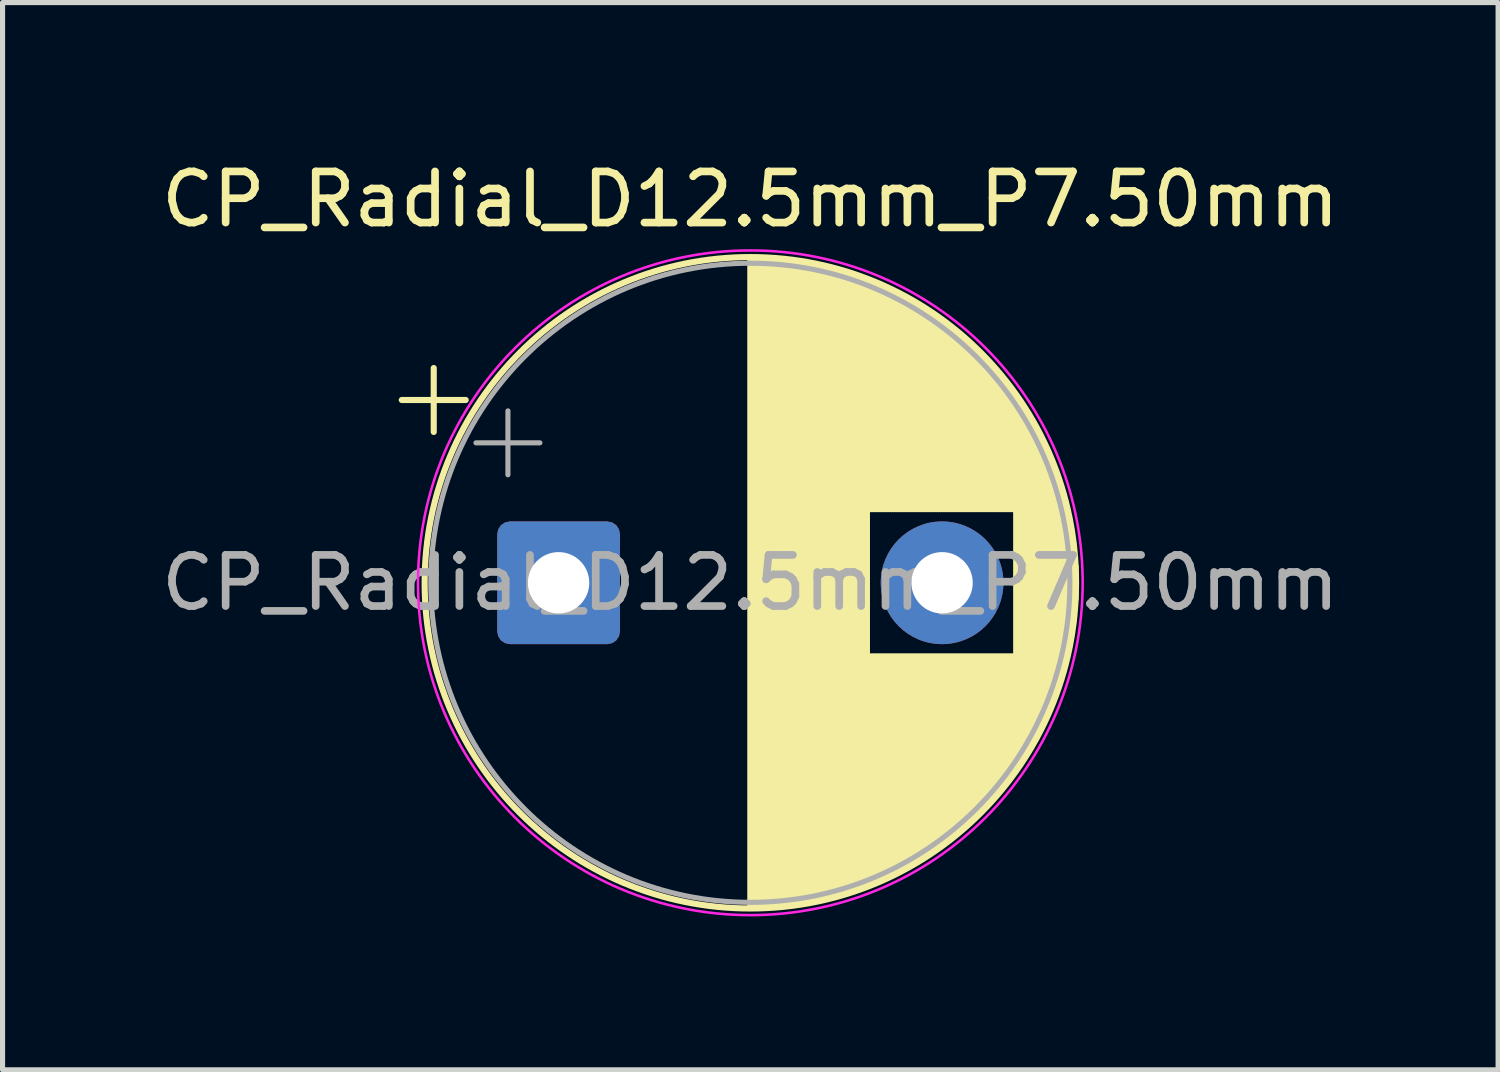
<source format=kicad_pcb>
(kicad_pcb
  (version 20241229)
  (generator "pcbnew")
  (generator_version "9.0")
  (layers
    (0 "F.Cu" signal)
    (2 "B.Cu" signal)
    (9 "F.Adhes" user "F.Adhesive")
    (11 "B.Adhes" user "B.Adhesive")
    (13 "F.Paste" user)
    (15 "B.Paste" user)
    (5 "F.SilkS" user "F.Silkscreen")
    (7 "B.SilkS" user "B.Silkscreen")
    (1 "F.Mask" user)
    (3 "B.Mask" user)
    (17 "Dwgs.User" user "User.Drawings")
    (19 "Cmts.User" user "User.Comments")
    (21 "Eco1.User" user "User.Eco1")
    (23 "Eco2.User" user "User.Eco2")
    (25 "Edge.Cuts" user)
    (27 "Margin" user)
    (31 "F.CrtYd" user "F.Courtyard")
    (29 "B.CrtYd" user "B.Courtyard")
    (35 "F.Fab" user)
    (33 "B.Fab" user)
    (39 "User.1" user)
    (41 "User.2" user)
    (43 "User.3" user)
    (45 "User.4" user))
  (footprint "CP_Radial_D12.5mm_P7.50mm"
    (layer "F.Cu")
    (at 7.875 8.348)
    (property "Reference" "CP_Radial_D12.5mm_P7.50mm" (at 3.75 -7.5 0) (layer "F.SilkS") (effects (font (size 1 1) (thickness 0.15))))
    (attr through_hole)
    (fp_line (start -3.067 -3.575) (end -1.817 -3.575) (stroke (width 0.12) (type solid)) (layer "F.SilkS"))
    (fp_line (start -2.442 -4.2) (end -2.442 -2.95) (stroke (width 0.12) (type solid)) (layer "F.SilkS"))
    (fp_line (start 3.75 -6.33) (end 3.75 6.33) (stroke (width 0.12) (type solid)) (layer "F.SilkS"))
    (fp_line (start 3.79 -6.33) (end 3.79 6.33) (stroke (width 0.12) (type solid)) (layer "F.SilkS"))
    (fp_line (start 3.83 -6.329) (end 3.83 6.329) (stroke (width 0.12) (type solid)) (layer "F.SilkS"))
    (fp_line (start 3.87 -6.329) (end 3.87 6.329) (stroke (width 0.12) (type solid)) (layer "F.SilkS"))
    (fp_line (start 3.91 -6.328) (end 3.91 6.328) (stroke (width 0.12) (type solid)) (layer "F.SilkS"))
    (fp_line (start 3.95 -6.327) (end 3.95 6.327) (stroke (width 0.12) (type solid)) (layer "F.SilkS"))
    (fp_line (start 3.99 -6.325) (end 3.99 6.325) (stroke (width 0.12) (type solid)) (layer "F.SilkS"))
    (fp_line (start 4.03 -6.324) (end 4.03 6.324) (stroke (width 0.12) (type solid)) (layer "F.SilkS"))
    (fp_line (start 4.07 -6.322) (end 4.07 6.322) (stroke (width 0.12) (type solid)) (layer "F.SilkS"))
    (fp_line (start 4.11 -6.32) (end 4.11 6.32) (stroke (width 0.12) (type solid)) (layer "F.SilkS"))
    (fp_line (start 4.15 -6.317) (end 4.15 6.317) (stroke (width 0.12) (type solid)) (layer "F.SilkS"))
    (fp_line (start 4.19 -6.315) (end 4.19 6.315) (stroke (width 0.12) (type solid)) (layer "F.SilkS"))
    (fp_line (start 4.23 -6.312) (end 4.23 6.312) (stroke (width 0.12) (type solid)) (layer "F.SilkS"))
    (fp_line (start 4.27 -6.309) (end 4.27 6.309) (stroke (width 0.12) (type solid)) (layer "F.SilkS"))
    (fp_line (start 4.31 -6.305) (end 4.31 6.305) (stroke (width 0.12) (type solid)) (layer "F.SilkS"))
    (fp_line (start 4.35 -6.302) (end 4.35 6.302) (stroke (width 0.12) (type solid)) (layer "F.SilkS"))
    (fp_line (start 4.39 -6.298) (end 4.39 6.298) (stroke (width 0.12) (type solid)) (layer "F.SilkS"))
    (fp_line (start 4.43 -6.294) (end 4.43 6.294) (stroke (width 0.12) (type solid)) (layer "F.SilkS"))
    (fp_line (start 4.47 -6.289) (end 4.47 6.289) (stroke (width 0.12) (type solid)) (layer "F.SilkS"))
    (fp_line (start 4.51 -6.284) (end 4.51 6.284) (stroke (width 0.12) (type solid)) (layer "F.SilkS"))
    (fp_line (start 4.55 -6.28) (end 4.55 6.28) (stroke (width 0.12) (type solid)) (layer "F.SilkS"))
    (fp_line (start 4.59 -6.274) (end 4.59 6.274) (stroke (width 0.12) (type solid)) (layer "F.SilkS"))
    (fp_line (start 4.63 -6.269) (end 4.63 6.269) (stroke (width 0.12) (type solid)) (layer "F.SilkS"))
    (fp_line (start 4.67 -6.263) (end 4.67 6.263) (stroke (width 0.12) (type solid)) (layer "F.SilkS"))
    (fp_line (start 4.71 -6.257) (end 4.71 6.257) (stroke (width 0.12) (type solid)) (layer "F.SilkS"))
    (fp_line (start 4.75 -6.251) (end 4.75 6.251) (stroke (width 0.12) (type solid)) (layer "F.SilkS"))
    (fp_line (start 4.79 -6.245) (end 4.79 6.245) (stroke (width 0.12) (type solid)) (layer "F.SilkS"))
    (fp_line (start 4.83 -6.238) (end 4.83 6.238) (stroke (width 0.12) (type solid)) (layer "F.SilkS"))
    (fp_line (start 4.87 -6.231) (end 4.87 6.231) (stroke (width 0.12) (type solid)) (layer "F.SilkS"))
    (fp_line (start 4.91 -6.223) (end 4.91 6.223) (stroke (width 0.12) (type solid)) (layer "F.SilkS"))
    (fp_line (start 4.95 -6.216) (end 4.95 6.216) (stroke (width 0.12) (type solid)) (layer "F.SilkS"))
    (fp_line (start 4.99 -6.208) (end 4.99 6.208) (stroke (width 0.12) (type solid)) (layer "F.SilkS"))
    (fp_line (start 5.03 -6.2) (end 5.03 6.2) (stroke (width 0.12) (type solid)) (layer "F.SilkS"))
    (fp_line (start 5.07 -6.192) (end 5.07 6.192) (stroke (width 0.12) (type solid)) (layer "F.SilkS"))
    (fp_line (start 5.11 -6.183) (end 5.11 6.183) (stroke (width 0.12) (type solid)) (layer "F.SilkS"))
    (fp_line (start 5.15 -6.174) (end 5.15 6.174) (stroke (width 0.12) (type solid)) (layer "F.SilkS"))
    (fp_line (start 5.19 -6.165) (end 5.19 6.165) (stroke (width 0.12) (type solid)) (layer "F.SilkS"))
    (fp_line (start 5.23 -6.156) (end 5.23 6.156) (stroke (width 0.12) (type solid)) (layer "F.SilkS"))
    (fp_line (start 5.27 -6.146) (end 5.27 6.146) (stroke (width 0.12) (type solid)) (layer "F.SilkS"))
    (fp_line (start 5.31 -6.136) (end 5.31 6.136) (stroke (width 0.12) (type solid)) (layer "F.SilkS"))
    (fp_line (start 5.35 -6.126) (end 5.35 6.126) (stroke (width 0.12) (type solid)) (layer "F.SilkS"))
    (fp_line (start 5.39 -6.115) (end 5.39 6.115) (stroke (width 0.12) (type solid)) (layer "F.SilkS"))
    (fp_line (start 5.43 -6.104) (end 5.43 6.104) (stroke (width 0.12) (type solid)) (layer "F.SilkS"))
    (fp_line (start 5.47 -6.093) (end 5.47 6.093) (stroke (width 0.12) (type solid)) (layer "F.SilkS"))
    (fp_line (start 5.51 -6.082) (end 5.51 6.082) (stroke (width 0.12) (type solid)) (layer "F.SilkS"))
    (fp_line (start 5.55 -6.07) (end 5.55 6.07) (stroke (width 0.12) (type solid)) (layer "F.SilkS"))
    (fp_line (start 5.59 -6.058) (end 5.59 6.058) (stroke (width 0.12) (type solid)) (layer "F.SilkS"))
    (fp_line (start 5.63 -6.046) (end 5.63 6.046) (stroke (width 0.12) (type solid)) (layer "F.SilkS"))
    (fp_line (start 5.67 -6.034) (end 5.67 6.034) (stroke (width 0.12) (type solid)) (layer "F.SilkS"))
    (fp_line (start 5.71 -6.021) (end 5.71 6.021) (stroke (width 0.12) (type solid)) (layer "F.SilkS"))
    (fp_line (start 5.75 -6.008) (end 5.75 6.008) (stroke (width 0.12) (type solid)) (layer "F.SilkS"))
    (fp_line (start 5.79 -5.995) (end 5.79 5.995) (stroke (width 0.12) (type solid)) (layer "F.SilkS"))
    (fp_line (start 5.83 -5.981) (end 5.83 5.981) (stroke (width 0.12) (type solid)) (layer "F.SilkS"))
    (fp_line (start 5.87 -5.967) (end 5.87 5.967) (stroke (width 0.12) (type solid)) (layer "F.SilkS"))
    (fp_line (start 5.91 -5.953) (end 5.91 5.953) (stroke (width 0.12) (type solid)) (layer "F.SilkS"))
    (fp_line (start 5.95 -5.938) (end 5.95 5.938) (stroke (width 0.12) (type solid)) (layer "F.SilkS"))
    (fp_line (start 5.99 -5.923) (end 5.99 5.923) (stroke (width 0.12) (type solid)) (layer "F.SilkS"))
    (fp_line (start 6.03 -5.908) (end 6.03 5.908) (stroke (width 0.12) (type solid)) (layer "F.SilkS"))
    (fp_line (start 6.07 -5.892) (end 6.07 -1.44) (stroke (width 0.12) (type solid)) (layer "F.SilkS"))
    (fp_line (start 6.07 1.44) (end 6.07 5.892) (stroke (width 0.12) (type solid)) (layer "F.SilkS"))
    (fp_line (start 6.11 -5.877) (end 6.11 -1.44) (stroke (width 0.12) (type solid)) (layer "F.SilkS"))
    (fp_line (start 6.11 1.44) (end 6.11 5.877) (stroke (width 0.12) (type solid)) (layer "F.SilkS"))
    (fp_line (start 6.15 -5.861) (end 6.15 -1.44) (stroke (width 0.12) (type solid)) (layer "F.SilkS"))
    (fp_line (start 6.15 1.44) (end 6.15 5.861) (stroke (width 0.12) (type solid)) (layer "F.SilkS"))
    (fp_line (start 6.19 -5.844) (end 6.19 -1.44) (stroke (width 0.12) (type solid)) (layer "F.SilkS"))
    (fp_line (start 6.19 1.44) (end 6.19 5.844) (stroke (width 0.12) (type solid)) (layer "F.SilkS"))
    (fp_line (start 6.23 -5.827) (end 6.23 -1.44) (stroke (width 0.12) (type solid)) (layer "F.SilkS"))
    (fp_line (start 6.23 1.44) (end 6.23 5.827) (stroke (width 0.12) (type solid)) (layer "F.SilkS"))
    (fp_line (start 6.27 -5.81) (end 6.27 -1.44) (stroke (width 0.12) (type solid)) (layer "F.SilkS"))
    (fp_line (start 6.27 1.44) (end 6.27 5.81) (stroke (width 0.12) (type solid)) (layer "F.SilkS"))
    (fp_line (start 6.31 -5.793) (end 6.31 -1.44) (stroke (width 0.12) (type solid)) (layer "F.SilkS"))
    (fp_line (start 6.31 1.44) (end 6.31 5.793) (stroke (width 0.12) (type solid)) (layer "F.SilkS"))
    (fp_line (start 6.35 -5.775) (end 6.35 -1.44) (stroke (width 0.12) (type solid)) (layer "F.SilkS"))
    (fp_line (start 6.35 1.44) (end 6.35 5.775) (stroke (width 0.12) (type solid)) (layer "F.SilkS"))
    (fp_line (start 6.39 -5.757) (end 6.39 -1.44) (stroke (width 0.12) (type solid)) (layer "F.SilkS"))
    (fp_line (start 6.39 1.44) (end 6.39 5.757) (stroke (width 0.12) (type solid)) (layer "F.SilkS"))
    (fp_line (start 6.43 -5.739) (end 6.43 -1.44) (stroke (width 0.12) (type solid)) (layer "F.SilkS"))
    (fp_line (start 6.43 1.44) (end 6.43 5.739) (stroke (width 0.12) (type solid)) (layer "F.SilkS"))
    (fp_line (start 6.47 -5.72) (end 6.47 -1.44) (stroke (width 0.12) (type solid)) (layer "F.SilkS"))
    (fp_line (start 6.47 1.44) (end 6.47 5.72) (stroke (width 0.12) (type solid)) (layer "F.SilkS"))
    (fp_line (start 6.51 -5.701) (end 6.51 -1.44) (stroke (width 0.12) (type solid)) (layer "F.SilkS"))
    (fp_line (start 6.51 1.44) (end 6.51 5.701) (stroke (width 0.12) (type solid)) (layer "F.SilkS"))
    (fp_line (start 6.55 -5.682) (end 6.55 -1.44) (stroke (width 0.12) (type solid)) (layer "F.SilkS"))
    (fp_line (start 6.55 1.44) (end 6.55 5.682) (stroke (width 0.12) (type solid)) (layer "F.SilkS"))
    (fp_line (start 6.59 -5.662) (end 6.59 -1.44) (stroke (width 0.12) (type solid)) (layer "F.SilkS"))
    (fp_line (start 6.59 1.44) (end 6.59 5.662) (stroke (width 0.12) (type solid)) (layer "F.SilkS"))
    (fp_line (start 6.63 -5.642) (end 6.63 -1.44) (stroke (width 0.12) (type solid)) (layer "F.SilkS"))
    (fp_line (start 6.63 1.44) (end 6.63 5.642) (stroke (width 0.12) (type solid)) (layer "F.SilkS"))
    (fp_line (start 6.67 -5.621) (end 6.67 -1.44) (stroke (width 0.12) (type solid)) (layer "F.SilkS"))
    (fp_line (start 6.67 1.44) (end 6.67 5.621) (stroke (width 0.12) (type solid)) (layer "F.SilkS"))
    (fp_line (start 6.71 -5.601) (end 6.71 -1.44) (stroke (width 0.12) (type solid)) (layer "F.SilkS"))
    (fp_line (start 6.71 1.44) (end 6.71 5.601) (stroke (width 0.12) (type solid)) (layer "F.SilkS"))
    (fp_line (start 6.75 -5.579) (end 6.75 -1.44) (stroke (width 0.12) (type solid)) (layer "F.SilkS"))
    (fp_line (start 6.75 1.44) (end 6.75 5.579) (stroke (width 0.12) (type solid)) (layer "F.SilkS"))
    (fp_line (start 6.79 -5.558) (end 6.79 -1.44) (stroke (width 0.12) (type solid)) (layer "F.SilkS"))
    (fp_line (start 6.79 1.44) (end 6.79 5.558) (stroke (width 0.12) (type solid)) (layer "F.SilkS"))
    (fp_line (start 6.83 -5.536) (end 6.83 -1.44) (stroke (width 0.12) (type solid)) (layer "F.SilkS"))
    (fp_line (start 6.83 1.44) (end 6.83 5.536) (stroke (width 0.12) (type solid)) (layer "F.SilkS"))
    (fp_line (start 6.87 -5.514) (end 6.87 -1.44) (stroke (width 0.12) (type solid)) (layer "F.SilkS"))
    (fp_line (start 6.87 1.44) (end 6.87 5.514) (stroke (width 0.12) (type solid)) (layer "F.SilkS"))
    (fp_line (start 6.91 -5.491) (end 6.91 -1.44) (stroke (width 0.12) (type solid)) (layer "F.SilkS"))
    (fp_line (start 6.91 1.44) (end 6.91 5.491) (stroke (width 0.12) (type solid)) (layer "F.SilkS"))
    (fp_line (start 6.95 -5.468) (end 6.95 -1.44) (stroke (width 0.12) (type solid)) (layer "F.SilkS"))
    (fp_line (start 6.95 1.44) (end 6.95 5.468) (stroke (width 0.12) (type solid)) (layer "F.SilkS"))
    (fp_line (start 6.99 -5.444) (end 6.99 -1.44) (stroke (width 0.12) (type solid)) (layer "F.SilkS"))
    (fp_line (start 6.99 1.44) (end 6.99 5.444) (stroke (width 0.12) (type solid)) (layer "F.SilkS"))
    (fp_line (start 7.03 -5.421) (end 7.03 -1.44) (stroke (width 0.12) (type solid)) (layer "F.SilkS"))
    (fp_line (start 7.03 1.44) (end 7.03 5.421) (stroke (width 0.12) (type solid)) (layer "F.SilkS"))
    (fp_line (start 7.07 -5.396) (end 7.07 -1.44) (stroke (width 0.12) (type solid)) (layer "F.SilkS"))
    (fp_line (start 7.07 1.44) (end 7.07 5.396) (stroke (width 0.12) (type solid)) (layer "F.SilkS"))
    (fp_line (start 7.11 -5.372) (end 7.11 -1.44) (stroke (width 0.12) (type solid)) (layer "F.SilkS"))
    (fp_line (start 7.11 1.44) (end 7.11 5.372) (stroke (width 0.12) (type solid)) (layer "F.SilkS"))
    (fp_line (start 7.15 -5.347) (end 7.15 -1.44) (stroke (width 0.12) (type solid)) (layer "F.SilkS"))
    (fp_line (start 7.15 1.44) (end 7.15 5.347) (stroke (width 0.12) (type solid)) (layer "F.SilkS"))
    (fp_line (start 7.19 -5.321) (end 7.19 -1.44) (stroke (width 0.12) (type solid)) (layer "F.SilkS"))
    (fp_line (start 7.19 1.44) (end 7.19 5.321) (stroke (width 0.12) (type solid)) (layer "F.SilkS"))
    (fp_line (start 7.23 -5.295) (end 7.23 -1.44) (stroke (width 0.12) (type solid)) (layer "F.SilkS"))
    (fp_line (start 7.23 1.44) (end 7.23 5.295) (stroke (width 0.12) (type solid)) (layer "F.SilkS"))
    (fp_line (start 7.27 -5.269) (end 7.27 -1.44) (stroke (width 0.12) (type solid)) (layer "F.SilkS"))
    (fp_line (start 7.27 1.44) (end 7.27 5.269) (stroke (width 0.12) (type solid)) (layer "F.SilkS"))
    (fp_line (start 7.31 -5.242) (end 7.31 -1.44) (stroke (width 0.12) (type solid)) (layer "F.SilkS"))
    (fp_line (start 7.31 1.44) (end 7.31 5.242) (stroke (width 0.12) (type solid)) (layer "F.SilkS"))
    (fp_line (start 7.35 -5.215) (end 7.35 -1.44) (stroke (width 0.12) (type solid)) (layer "F.SilkS"))
    (fp_line (start 7.35 1.44) (end 7.35 5.215) (stroke (width 0.12) (type solid)) (layer "F.SilkS"))
    (fp_line (start 7.39 -5.188) (end 7.39 -1.44) (stroke (width 0.12) (type solid)) (layer "F.SilkS"))
    (fp_line (start 7.39 1.44) (end 7.39 5.188) (stroke (width 0.12) (type solid)) (layer "F.SilkS"))
    (fp_line (start 7.43 -5.159) (end 7.43 -1.44) (stroke (width 0.12) (type solid)) (layer "F.SilkS"))
    (fp_line (start 7.43 1.44) (end 7.43 5.159) (stroke (width 0.12) (type solid)) (layer "F.SilkS"))
    (fp_line (start 7.47 -5.131) (end 7.47 -1.44) (stroke (width 0.12) (type solid)) (layer "F.SilkS"))
    (fp_line (start 7.47 1.44) (end 7.47 5.131) (stroke (width 0.12) (type solid)) (layer "F.SilkS"))
    (fp_line (start 7.51 -5.102) (end 7.51 -1.44) (stroke (width 0.12) (type solid)) (layer "F.SilkS"))
    (fp_line (start 7.51 1.44) (end 7.51 5.102) (stroke (width 0.12) (type solid)) (layer "F.SilkS"))
    (fp_line (start 7.55 -5.072) (end 7.55 -1.44) (stroke (width 0.12) (type solid)) (layer "F.SilkS"))
    (fp_line (start 7.55 1.44) (end 7.55 5.072) (stroke (width 0.12) (type solid)) (layer "F.SilkS"))
    (fp_line (start 7.59 -5.042) (end 7.59 -1.44) (stroke (width 0.12) (type solid)) (layer "F.SilkS"))
    (fp_line (start 7.59 1.44) (end 7.59 5.042) (stroke (width 0.12) (type solid)) (layer "F.SilkS"))
    (fp_line (start 7.63 -5.012) (end 7.63 -1.44) (stroke (width 0.12) (type solid)) (layer "F.SilkS"))
    (fp_line (start 7.63 1.44) (end 7.63 5.012) (stroke (width 0.12) (type solid)) (layer "F.SilkS"))
    (fp_line (start 7.67 -4.981) (end 7.67 -1.44) (stroke (width 0.12) (type solid)) (layer "F.SilkS"))
    (fp_line (start 7.67 1.44) (end 7.67 4.981) (stroke (width 0.12) (type solid)) (layer "F.SilkS"))
    (fp_line (start 7.71 -4.95) (end 7.71 -1.44) (stroke (width 0.12) (type solid)) (layer "F.SilkS"))
    (fp_line (start 7.71 1.44) (end 7.71 4.95) (stroke (width 0.12) (type solid)) (layer "F.SilkS"))
    (fp_line (start 7.75 -4.918) (end 7.75 -1.44) (stroke (width 0.12) (type solid)) (layer "F.SilkS"))
    (fp_line (start 7.75 1.44) (end 7.75 4.918) (stroke (width 0.12) (type solid)) (layer "F.SilkS"))
    (fp_line (start 7.79 -4.885) (end 7.79 -1.44) (stroke (width 0.12) (type solid)) (layer "F.SilkS"))
    (fp_line (start 7.79 1.44) (end 7.79 4.885) (stroke (width 0.12) (type solid)) (layer "F.SilkS"))
    (fp_line (start 7.83 -4.852) (end 7.83 -1.44) (stroke (width 0.12) (type solid)) (layer "F.SilkS"))
    (fp_line (start 7.83 1.44) (end 7.83 4.852) (stroke (width 0.12) (type solid)) (layer "F.SilkS"))
    (fp_line (start 7.87 -4.818) (end 7.87 -1.44) (stroke (width 0.12) (type solid)) (layer "F.SilkS"))
    (fp_line (start 7.87 1.44) (end 7.87 4.818) (stroke (width 0.12) (type solid)) (layer "F.SilkS"))
    (fp_line (start 7.91 -4.784) (end 7.91 -1.44) (stroke (width 0.12) (type solid)) (layer "F.SilkS"))
    (fp_line (start 7.91 1.44) (end 7.91 4.784) (stroke (width 0.12) (type solid)) (layer "F.SilkS"))
    (fp_line (start 7.95 -4.749) (end 7.95 -1.44) (stroke (width 0.12) (type solid)) (layer "F.SilkS"))
    (fp_line (start 7.95 1.44) (end 7.95 4.749) (stroke (width 0.12) (type solid)) (layer "F.SilkS"))
    (fp_line (start 7.99 -4.714) (end 7.99 -1.44) (stroke (width 0.12) (type solid)) (layer "F.SilkS"))
    (fp_line (start 7.99 1.44) (end 7.99 4.714) (stroke (width 0.12) (type solid)) (layer "F.SilkS"))
    (fp_line (start 8.03 -4.678) (end 8.03 -1.44) (stroke (width 0.12) (type solid)) (layer "F.SilkS"))
    (fp_line (start 8.03 1.44) (end 8.03 4.678) (stroke (width 0.12) (type solid)) (layer "F.SilkS"))
    (fp_line (start 8.07 -4.641) (end 8.07 -1.44) (stroke (width 0.12) (type solid)) (layer "F.SilkS"))
    (fp_line (start 8.07 1.44) (end 8.07 4.641) (stroke (width 0.12) (type solid)) (layer "F.SilkS"))
    (fp_line (start 8.11 -4.604) (end 8.11 -1.44) (stroke (width 0.12) (type solid)) (layer "F.SilkS"))
    (fp_line (start 8.11 1.44) (end 8.11 4.604) (stroke (width 0.12) (type solid)) (layer "F.SilkS"))
    (fp_line (start 8.15 -4.566) (end 8.15 -1.44) (stroke (width 0.12) (type solid)) (layer "F.SilkS"))
    (fp_line (start 8.15 1.44) (end 8.15 4.566) (stroke (width 0.12) (type solid)) (layer "F.SilkS"))
    (fp_line (start 8.19 -4.528) (end 8.19 -1.44) (stroke (width 0.12) (type solid)) (layer "F.SilkS"))
    (fp_line (start 8.19 1.44) (end 8.19 4.528) (stroke (width 0.12) (type solid)) (layer "F.SilkS"))
    (fp_line (start 8.23 -4.488) (end 8.23 -1.44) (stroke (width 0.12) (type solid)) (layer "F.SilkS"))
    (fp_line (start 8.23 1.44) (end 8.23 4.488) (stroke (width 0.12) (type solid)) (layer "F.SilkS"))
    (fp_line (start 8.27 -4.448) (end 8.27 -1.44) (stroke (width 0.12) (type solid)) (layer "F.SilkS"))
    (fp_line (start 8.27 1.44) (end 8.27 4.448) (stroke (width 0.12) (type solid)) (layer "F.SilkS"))
    (fp_line (start 8.31 -4.408) (end 8.31 -1.44) (stroke (width 0.12) (type solid)) (layer "F.SilkS"))
    (fp_line (start 8.31 1.44) (end 8.31 4.408) (stroke (width 0.12) (type solid)) (layer "F.SilkS"))
    (fp_line (start 8.35 -4.366) (end 8.35 -1.44) (stroke (width 0.12) (type solid)) (layer "F.SilkS"))
    (fp_line (start 8.35 1.44) (end 8.35 4.366) (stroke (width 0.12) (type solid)) (layer "F.SilkS"))
    (fp_line (start 8.39 -4.324) (end 8.39 -1.44) (stroke (width 0.12) (type solid)) (layer "F.SilkS"))
    (fp_line (start 8.39 1.44) (end 8.39 4.324) (stroke (width 0.12) (type solid)) (layer "F.SilkS"))
    (fp_line (start 8.43 -4.281) (end 8.43 -1.44) (stroke (width 0.12) (type solid)) (layer "F.SilkS"))
    (fp_line (start 8.43 1.44) (end 8.43 4.281) (stroke (width 0.12) (type solid)) (layer "F.SilkS"))
    (fp_line (start 8.47 -4.238) (end 8.47 -1.44) (stroke (width 0.12) (type solid)) (layer "F.SilkS"))
    (fp_line (start 8.47 1.44) (end 8.47 4.238) (stroke (width 0.12) (type solid)) (layer "F.SilkS"))
    (fp_line (start 8.51 -4.193) (end 8.51 -1.44) (stroke (width 0.12) (type solid)) (layer "F.SilkS"))
    (fp_line (start 8.51 1.44) (end 8.51 4.193) (stroke (width 0.12) (type solid)) (layer "F.SilkS"))
    (fp_line (start 8.55 -4.148) (end 8.55 -1.44) (stroke (width 0.12) (type solid)) (layer "F.SilkS"))
    (fp_line (start 8.55 1.44) (end 8.55 4.148) (stroke (width 0.12) (type solid)) (layer "F.SilkS"))
    (fp_line (start 8.59 -4.101) (end 8.59 -1.44) (stroke (width 0.12) (type solid)) (layer "F.SilkS"))
    (fp_line (start 8.59 1.44) (end 8.59 4.101) (stroke (width 0.12) (type solid)) (layer "F.SilkS"))
    (fp_line (start 8.63 -4.054) (end 8.63 -1.44) (stroke (width 0.12) (type solid)) (layer "F.SilkS"))
    (fp_line (start 8.63 1.44) (end 8.63 4.054) (stroke (width 0.12) (type solid)) (layer "F.SilkS"))
    (fp_line (start 8.67 -4.006) (end 8.67 -1.44) (stroke (width 0.12) (type solid)) (layer "F.SilkS"))
    (fp_line (start 8.67 1.44) (end 8.67 4.006) (stroke (width 0.12) (type solid)) (layer "F.SilkS"))
    (fp_line (start 8.71 -3.957) (end 8.71 -1.44) (stroke (width 0.12) (type solid)) (layer "F.SilkS"))
    (fp_line (start 8.71 1.44) (end 8.71 3.957) (stroke (width 0.12) (type solid)) (layer "F.SilkS"))
    (fp_line (start 8.75 -3.907) (end 8.75 -1.44) (stroke (width 0.12) (type solid)) (layer "F.SilkS"))
    (fp_line (start 8.75 1.44) (end 8.75 3.907) (stroke (width 0.12) (type solid)) (layer "F.SilkS"))
    (fp_line (start 8.79 -3.856) (end 8.79 -1.44) (stroke (width 0.12) (type solid)) (layer "F.SilkS"))
    (fp_line (start 8.79 1.44) (end 8.79 3.856) (stroke (width 0.12) (type solid)) (layer "F.SilkS"))
    (fp_line (start 8.83 -3.803) (end 8.83 -1.44) (stroke (width 0.12) (type solid)) (layer "F.SilkS"))
    (fp_line (start 8.83 1.44) (end 8.83 3.803) (stroke (width 0.12) (type solid)) (layer "F.SilkS"))
    (fp_line (start 8.87 -3.75) (end 8.87 -1.44) (stroke (width 0.12) (type solid)) (layer "F.SilkS"))
    (fp_line (start 8.87 1.44) (end 8.87 3.75) (stroke (width 0.12) (type solid)) (layer "F.SilkS"))
    (fp_line (start 8.91 -3.695) (end 8.91 -1.44) (stroke (width 0.12) (type solid)) (layer "F.SilkS"))
    (fp_line (start 8.91 1.44) (end 8.91 3.695) (stroke (width 0.12) (type solid)) (layer "F.SilkS"))
    (fp_line (start 8.95 -3.639) (end 8.95 3.639) (stroke (width 0.12) (type solid)) (layer "F.SilkS"))
    (fp_line (start 8.99 -3.582) (end 8.99 3.582) (stroke (width 0.12) (type solid)) (layer "F.SilkS"))
    (fp_line (start 9.03 -3.523) (end 9.03 3.523) (stroke (width 0.12) (type solid)) (layer "F.SilkS"))
    (fp_line (start 9.07 -3.463) (end 9.07 3.463) (stroke (width 0.12) (type solid)) (layer "F.SilkS"))
    (fp_line (start 9.11 -3.402) (end 9.11 3.402) (stroke (width 0.12) (type solid)) (layer "F.SilkS"))
    (fp_line (start 9.15 -3.339) (end 9.15 3.339) (stroke (width 0.12) (type solid)) (layer "F.SilkS"))
    (fp_line (start 9.19 -3.274) (end 9.19 3.274) (stroke (width 0.12) (type solid)) (layer "F.SilkS"))
    (fp_line (start 9.23 -3.208) (end 9.23 3.208) (stroke (width 0.12) (type solid)) (layer "F.SilkS"))
    (fp_line (start 9.27 -3.139) (end 9.27 3.139) (stroke (width 0.12) (type solid)) (layer "F.SilkS"))
    (fp_line (start 9.31 -3.069) (end 9.31 3.069) (stroke (width 0.12) (type solid)) (layer "F.SilkS"))
    (fp_line (start 9.35 -2.996) (end 9.35 2.996) (stroke (width 0.12) (type solid)) (layer "F.SilkS"))
    (fp_line (start 9.39 -2.921) (end 9.39 2.921) (stroke (width 0.12) (type solid)) (layer "F.SilkS"))
    (fp_line (start 9.43 -2.843) (end 9.43 2.843) (stroke (width 0.12) (type solid)) (layer "F.SilkS"))
    (fp_line (start 9.47 -2.763) (end 9.47 2.763) (stroke (width 0.12) (type solid)) (layer "F.SilkS"))
    (fp_line (start 9.51 -2.68) (end 9.51 2.68) (stroke (width 0.12) (type solid)) (layer "F.SilkS"))
    (fp_line (start 9.55 -2.594) (end 9.55 2.594) (stroke (width 0.12) (type solid)) (layer "F.SilkS"))
    (fp_line (start 9.59 -2.504) (end 9.59 2.504) (stroke (width 0.12) (type solid)) (layer "F.SilkS"))
    (fp_line (start 9.63 -2.41) (end 9.63 2.41) (stroke (width 0.12) (type solid)) (layer "F.SilkS"))
    (fp_line (start 9.67 -2.312) (end 9.67 2.312) (stroke (width 0.12) (type solid)) (layer "F.SilkS"))
    (fp_line (start 9.71 -2.208) (end 9.71 2.208) (stroke (width 0.12) (type solid)) (layer "F.SilkS"))
    (fp_line (start 9.75 -2.099) (end 9.75 2.099) (stroke (width 0.12) (type solid)) (layer "F.SilkS"))
    (fp_line (start 9.79 -1.984) (end 9.79 1.984) (stroke (width 0.12) (type solid)) (layer "F.SilkS"))
    (fp_line (start 9.83 -1.86) (end 9.83 1.86) (stroke (width 0.12) (type solid)) (layer "F.SilkS"))
    (fp_line (start 9.87 -1.727) (end 9.87 1.727) (stroke (width 0.12) (type solid)) (layer "F.SilkS"))
    (fp_line (start 9.91 -1.582) (end 9.91 1.582) (stroke (width 0.12) (type solid)) (layer "F.SilkS"))
    (fp_line (start 9.95 -1.422) (end 9.95 1.422) (stroke (width 0.12) (type solid)) (layer "F.SilkS"))
    (fp_line (start 9.99 -1.24) (end 9.99 1.24) (stroke (width 0.12) (type solid)) (layer "F.SilkS"))
    (fp_line (start 10.03 -1.027) (end 10.03 1.027) (stroke (width 0.12) (type solid)) (layer "F.SilkS"))
    (fp_line (start 10.07 -0.757) (end 10.07 0.757) (stroke (width 0.12) (type solid)) (layer "F.SilkS"))
    (fp_line (start 10.11 -0.317) (end 10.11 0.317) (stroke (width 0.12) (type solid)) (layer "F.SilkS"))
    (fp_circle (center 3.75 0) (end 10.12 0) (stroke (width 0.12) (type solid)) (fill no) (layer "F.SilkS"))
    (fp_circle (center 3.75 0) (end 10.25 0) (stroke (width 0.05) (type solid)) (fill no) (layer "F.CrtYd"))
    (fp_line (start -1.616 -2.737) (end -0.366 -2.737) (stroke (width 0.1) (type solid)) (layer "F.Fab"))
    (fp_line (start -0.991 -3.362) (end -0.991 -2.112) (stroke (width 0.1) (type solid)) (layer "F.Fab"))
    (fp_circle (center 3.75 0) (end 10 0) (stroke (width 0.1) (type solid)) (fill no) (layer "F.Fab"))
    (fp_text user "${REFERENCE}" (at 3.75 0 0) (layer "F.Fab") (effects (font (size 1 1) (thickness 0.15))))
    (pad "1" thru_hole roundrect (at 0 0) (size 2.4 2.4) (drill 1.2) (layers "*.Cu" "*.Mask") (roundrect_rratio 0.104))
    (pad "2" thru_hole circle (at 7.5 0) (size 2.4 2.4) (drill 1.2) (layers "*.Cu" "*.Mask")))
  (gr_rect
    (start -3 -3)
    (end 26.25 17.873)
    (stroke (width 0.1) (type default))
    (fill no)
    (layer "Edge.Cuts")))
</source>
